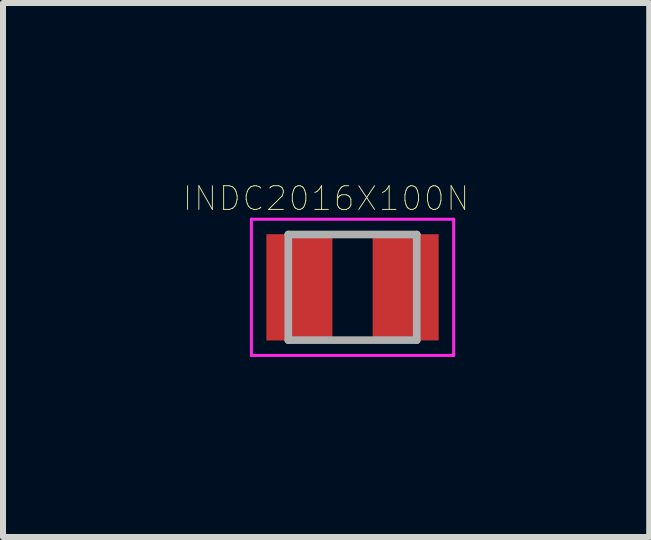
<source format=kicad_pcb>
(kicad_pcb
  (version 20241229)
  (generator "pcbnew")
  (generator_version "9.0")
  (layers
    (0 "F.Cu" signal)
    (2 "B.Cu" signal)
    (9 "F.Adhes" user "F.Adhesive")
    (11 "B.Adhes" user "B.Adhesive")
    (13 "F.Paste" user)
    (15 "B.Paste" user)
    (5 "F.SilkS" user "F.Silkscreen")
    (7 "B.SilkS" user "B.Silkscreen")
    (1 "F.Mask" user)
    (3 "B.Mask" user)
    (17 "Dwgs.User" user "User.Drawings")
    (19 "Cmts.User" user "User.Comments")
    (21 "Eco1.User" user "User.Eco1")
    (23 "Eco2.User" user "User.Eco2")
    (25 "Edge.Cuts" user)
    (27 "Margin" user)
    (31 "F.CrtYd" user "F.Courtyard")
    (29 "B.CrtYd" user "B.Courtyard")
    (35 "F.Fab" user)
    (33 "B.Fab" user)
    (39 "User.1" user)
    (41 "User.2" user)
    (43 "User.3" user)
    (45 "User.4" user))
  (footprint "INDC2016X100N"
    (layer "F.Cu")
    (at 2.823 1.737)
    (property "Reference" "INDC2016X100N" (at -0.44 -1.48 0) (layer "F.SilkS") (effects (font (size 0.394 0.394) (thickness 0.015))))
    (attr through_hole)
    (fp_line (start -1.685 -1.135) (end 1.685 -1.135) (stroke (width 0.05) (type solid)) (layer "F.CrtYd"))
    (fp_line (start -1.685 1.135) (end -1.685 -1.135) (stroke (width 0.05) (type solid)) (layer "F.CrtYd"))
    (fp_line (start -1.685 1.135) (end 1.685 1.135) (stroke (width 0.05) (type solid)) (layer "F.CrtYd"))
    (fp_line (start 1.685 1.135) (end 1.685 -1.135) (stroke (width 0.05) (type solid)) (layer "F.CrtYd"))
    (fp_line (start -1.07 0.88) (end -1.07 -0.88) (stroke (width 0.127) (type solid)) (layer "F.Fab"))
    (fp_line (start 1.07 -0.88) (end -1.07 -0.88) (stroke (width 0.127) (type solid)) (layer "F.Fab"))
    (fp_line (start 1.07 0.88) (end -1.07 0.88) (stroke (width 0.127) (type solid)) (layer "F.Fab"))
    (fp_line (start 1.07 0.88) (end 1.07 -0.88) (stroke (width 0.127) (type solid)) (layer "F.Fab"))
    (pad "1" smd rect (at -0.885 0) (size 1.1 1.77) (layers "F.Cu" "F.Mask" "F.Paste"))
    (pad "2" smd rect (at 0.885 0) (size 1.1 1.77) (layers "F.Cu" "F.Mask" "F.Paste")))
  (gr_rect
    (start -3 -3)
    (end 7.766 5.897)
    (stroke (width 0.1) (type default))
    (fill no)
    (layer "Edge.Cuts")))
</source>
